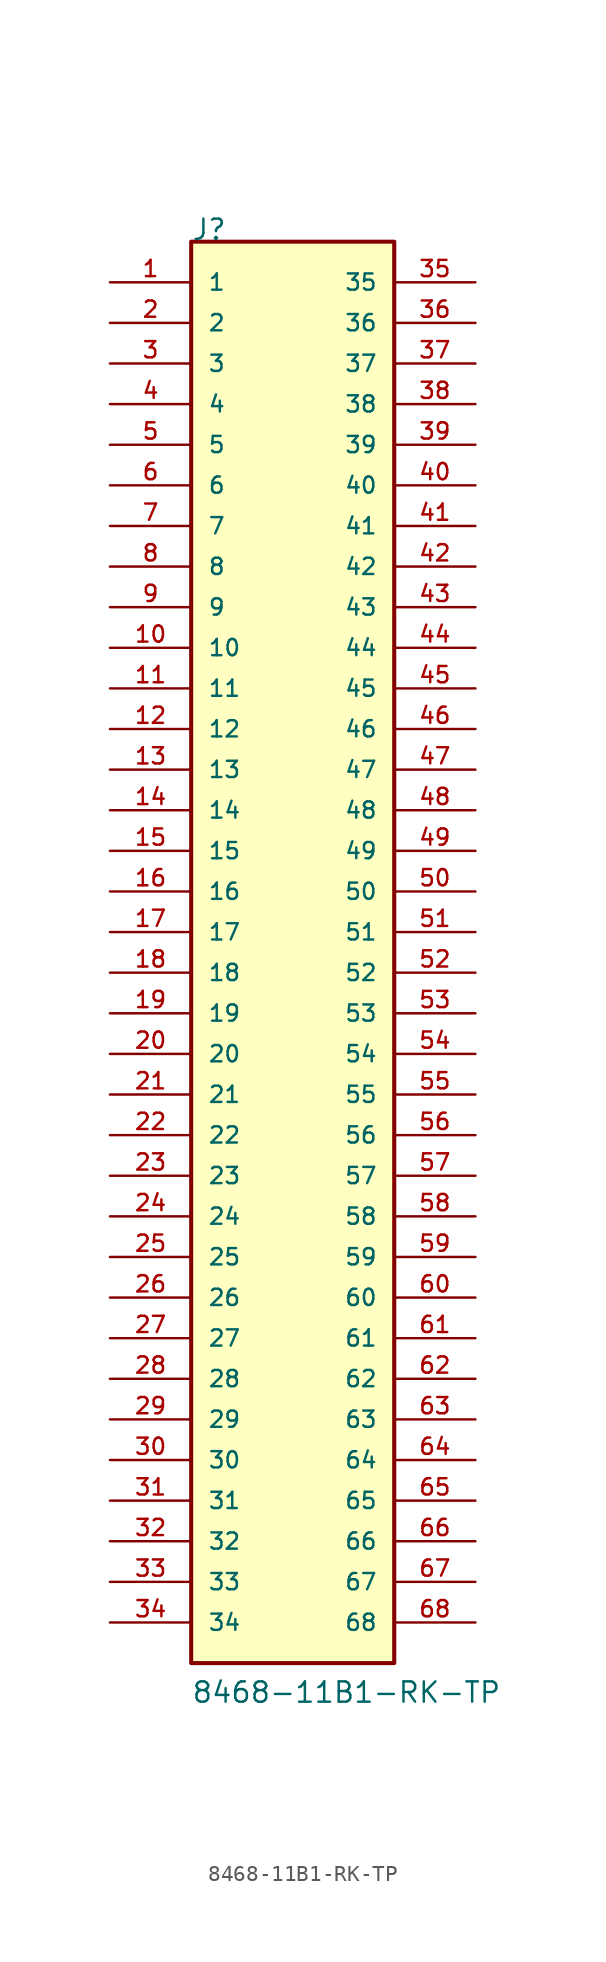
<source format=kicad_sym>
(kicad_symbol_lib
  (version 20211014)
  (generator kicad_symbol_editor)
  (symbol "8468-11B1-RK-TP"
    (pin_names
      (offset 1.016))
    (property "Reference" "J"
      (at -5.081 43.189 0)
      (effects (font (size 1.27 1.27)) (justify bottom left)))
    (property "Value" "8468-11B1-RK-TP"
      (at -5.084 -48.297 0)
      (effects (font (size 1.27 1.27)) (justify bottom left)))
    (symbol "8468-11B1-RK-TP_0_0"
      (rectangle (start -5.08 -45.72) (end 7.62 43.18) (stroke (width 0.254)) (fill (type background)))
      (pin passive line (at -10.16 40.64 0) (length 5.08) (name "1" (effects (font (size 1.016 1.016)))) (number "1" (effects (font (size 1.016 1.016)))))
      (pin passive line (at -10.16 38.1 0) (length 5.08) (name "2" (effects (font (size 1.016 1.016)))) (number "2" (effects (font (size 1.016 1.016)))))
      (pin passive line (at -10.16 35.56 0) (length 5.08) (name "3" (effects (font (size 1.016 1.016)))) (number "3" (effects (font (size 1.016 1.016)))))
      (pin passive line (at -10.16 33.02 0) (length 5.08) (name "4" (effects (font (size 1.016 1.016)))) (number "4" (effects (font (size 1.016 1.016)))))
      (pin passive line (at -10.16 30.48 0) (length 5.08) (name "5" (effects (font (size 1.016 1.016)))) (number "5" (effects (font (size 1.016 1.016)))))
      (pin passive line (at -10.16 27.94 0) (length 5.08) (name "6" (effects (font (size 1.016 1.016)))) (number "6" (effects (font (size 1.016 1.016)))))
      (pin passive line (at -10.16 25.4 0) (length 5.08) (name "7" (effects (font (size 1.016 1.016)))) (number "7" (effects (font (size 1.016 1.016)))))
      (pin passive line (at -10.16 22.86 0) (length 5.08) (name "8" (effects (font (size 1.016 1.016)))) (number "8" (effects (font (size 1.016 1.016)))))
      (pin passive line (at -10.16 20.32 0) (length 5.08) (name "9" (effects (font (size 1.016 1.016)))) (number "9" (effects (font (size 1.016 1.016)))))
      (pin passive line (at -10.16 17.78 0) (length 5.08) (name "10" (effects (font (size 1.016 1.016)))) (number "10" (effects (font (size 1.016 1.016)))))
      (pin passive line (at -10.16 15.24 0) (length 5.08) (name "11" (effects (font (size 1.016 1.016)))) (number "11" (effects (font (size 1.016 1.016)))))
      (pin passive line (at -10.16 12.7 0) (length 5.08) (name "12" (effects (font (size 1.016 1.016)))) (number "12" (effects (font (size 1.016 1.016)))))
      (pin passive line (at -10.16 10.16 0) (length 5.08) (name "13" (effects (font (size 1.016 1.016)))) (number "13" (effects (font (size 1.016 1.016)))))
      (pin passive line (at -10.16 7.62 0) (length 5.08) (name "14" (effects (font (size 1.016 1.016)))) (number "14" (effects (font (size 1.016 1.016)))))
      (pin passive line (at -10.16 5.08 0) (length 5.08) (name "15" (effects (font (size 1.016 1.016)))) (number "15" (effects (font (size 1.016 1.016)))))
      (pin passive line (at -10.16 2.54 0) (length 5.08) (name "16" (effects (font (size 1.016 1.016)))) (number "16" (effects (font (size 1.016 1.016)))))
      (pin passive line (at -10.16 0.0 0) (length 5.08) (name "17" (effects (font (size 1.016 1.016)))) (number "17" (effects (font (size 1.016 1.016)))))
      (pin passive line (at -10.16 -2.54 0) (length 5.08) (name "18" (effects (font (size 1.016 1.016)))) (number "18" (effects (font (size 1.016 1.016)))))
      (pin passive line (at -10.16 -5.08 0) (length 5.08) (name "19" (effects (font (size 1.016 1.016)))) (number "19" (effects (font (size 1.016 1.016)))))
      (pin passive line (at -10.16 -7.62 0) (length 5.08) (name "20" (effects (font (size 1.016 1.016)))) (number "20" (effects (font (size 1.016 1.016)))))
      (pin passive line (at -10.16 -10.16 0) (length 5.08) (name "21" (effects (font (size 1.016 1.016)))) (number "21" (effects (font (size 1.016 1.016)))))
      (pin passive line (at -10.16 -12.7 0) (length 5.08) (name "22" (effects (font (size 1.016 1.016)))) (number "22" (effects (font (size 1.016 1.016)))))
      (pin passive line (at -10.16 -15.24 0) (length 5.08) (name "23" (effects (font (size 1.016 1.016)))) (number "23" (effects (font (size 1.016 1.016)))))
      (pin passive line (at -10.16 -17.78 0) (length 5.08) (name "24" (effects (font (size 1.016 1.016)))) (number "24" (effects (font (size 1.016 1.016)))))
      (pin passive line (at -10.16 -20.32 0) (length 5.08) (name "25" (effects (font (size 1.016 1.016)))) (number "25" (effects (font (size 1.016 1.016)))))
      (pin passive line (at -10.16 -22.86 0) (length 5.08) (name "26" (effects (font (size 1.016 1.016)))) (number "26" (effects (font (size 1.016 1.016)))))
      (pin passive line (at -10.16 -25.4 0) (length 5.08) (name "27" (effects (font (size 1.016 1.016)))) (number "27" (effects (font (size 1.016 1.016)))))
      (pin passive line (at -10.16 -27.94 0) (length 5.08) (name "28" (effects (font (size 1.016 1.016)))) (number "28" (effects (font (size 1.016 1.016)))))
      (pin passive line (at -10.16 -30.48 0) (length 5.08) (name "29" (effects (font (size 1.016 1.016)))) (number "29" (effects (font (size 1.016 1.016)))))
      (pin passive line (at -10.16 -33.02 0) (length 5.08) (name "30" (effects (font (size 1.016 1.016)))) (number "30" (effects (font (size 1.016 1.016)))))
      (pin passive line (at -10.16 -35.56 0) (length 5.08) (name "31" (effects (font (size 1.016 1.016)))) (number "31" (effects (font (size 1.016 1.016)))))
      (pin passive line (at -10.16 -38.1 0) (length 5.08) (name "32" (effects (font (size 1.016 1.016)))) (number "32" (effects (font (size 1.016 1.016)))))
      (pin passive line (at -10.16 -40.64 0) (length 5.08) (name "33" (effects (font (size 1.016 1.016)))) (number "33" (effects (font (size 1.016 1.016)))))
      (pin passive line (at -10.16 -43.18 0) (length 5.08) (name "34" (effects (font (size 1.016 1.016)))) (number "34" (effects (font (size 1.016 1.016)))))
      (pin passive line (at 12.7 40.64 180.0) (length 5.08) (name "35" (effects (font (size 1.016 1.016)))) (number "35" (effects (font (size 1.016 1.016)))))
      (pin passive line (at 12.7 38.1 180.0) (length 5.08) (name "36" (effects (font (size 1.016 1.016)))) (number "36" (effects (font (size 1.016 1.016)))))
      (pin passive line (at 12.7 35.56 180.0) (length 5.08) (name "37" (effects (font (size 1.016 1.016)))) (number "37" (effects (font (size 1.016 1.016)))))
      (pin passive line (at 12.7 33.02 180.0) (length 5.08) (name "38" (effects (font (size 1.016 1.016)))) (number "38" (effects (font (size 1.016 1.016)))))
      (pin passive line (at 12.7 30.48 180.0) (length 5.08) (name "39" (effects (font (size 1.016 1.016)))) (number "39" (effects (font (size 1.016 1.016)))))
      (pin passive line (at 12.7 27.94 180.0) (length 5.08) (name "40" (effects (font (size 1.016 1.016)))) (number "40" (effects (font (size 1.016 1.016)))))
      (pin passive line (at 12.7 25.4 180.0) (length 5.08) (name "41" (effects (font (size 1.016 1.016)))) (number "41" (effects (font (size 1.016 1.016)))))
      (pin passive line (at 12.7 22.86 180.0) (length 5.08) (name "42" (effects (font (size 1.016 1.016)))) (number "42" (effects (font (size 1.016 1.016)))))
      (pin passive line (at 12.7 20.32 180.0) (length 5.08) (name "43" (effects (font (size 1.016 1.016)))) (number "43" (effects (font (size 1.016 1.016)))))
      (pin passive line (at 12.7 17.78 180.0) (length 5.08) (name "44" (effects (font (size 1.016 1.016)))) (number "44" (effects (font (size 1.016 1.016)))))
      (pin passive line (at 12.7 15.24 180.0) (length 5.08) (name "45" (effects (font (size 1.016 1.016)))) (number "45" (effects (font (size 1.016 1.016)))))
      (pin passive line (at 12.7 12.7 180.0) (length 5.08) (name "46" (effects (font (size 1.016 1.016)))) (number "46" (effects (font (size 1.016 1.016)))))
      (pin passive line (at 12.7 10.16 180.0) (length 5.08) (name "47" (effects (font (size 1.016 1.016)))) (number "47" (effects (font (size 1.016 1.016)))))
      (pin passive line (at 12.7 7.62 180.0) (length 5.08) (name "48" (effects (font (size 1.016 1.016)))) (number "48" (effects (font (size 1.016 1.016)))))
      (pin passive line (at 12.7 5.08 180.0) (length 5.08) (name "49" (effects (font (size 1.016 1.016)))) (number "49" (effects (font (size 1.016 1.016)))))
      (pin passive line (at 12.7 2.54 180.0) (length 5.08) (name "50" (effects (font (size 1.016 1.016)))) (number "50" (effects (font (size 1.016 1.016)))))
      (pin passive line (at 12.7 0.0 180.0) (length 5.08) (name "51" (effects (font (size 1.016 1.016)))) (number "51" (effects (font (size 1.016 1.016)))))
      (pin passive line (at 12.7 -2.54 180.0) (length 5.08) (name "52" (effects (font (size 1.016 1.016)))) (number "52" (effects (font (size 1.016 1.016)))))
      (pin passive line (at 12.7 -5.08 180.0) (length 5.08) (name "53" (effects (font (size 1.016 1.016)))) (number "53" (effects (font (size 1.016 1.016)))))
      (pin passive line (at 12.7 -7.62 180.0) (length 5.08) (name "54" (effects (font (size 1.016 1.016)))) (number "54" (effects (font (size 1.016 1.016)))))
      (pin passive line (at 12.7 -10.16 180.0) (length 5.08) (name "55" (effects (font (size 1.016 1.016)))) (number "55" (effects (font (size 1.016 1.016)))))
      (pin passive line (at 12.7 -12.7 180.0) (length 5.08) (name "56" (effects (font (size 1.016 1.016)))) (number "56" (effects (font (size 1.016 1.016)))))
      (pin passive line (at 12.7 -15.24 180.0) (length 5.08) (name "57" (effects (font (size 1.016 1.016)))) (number "57" (effects (font (size 1.016 1.016)))))
      (pin passive line (at 12.7 -17.78 180.0) (length 5.08) (name "58" (effects (font (size 1.016 1.016)))) (number "58" (effects (font (size 1.016 1.016)))))
      (pin passive line (at 12.7 -20.32 180.0) (length 5.08) (name "59" (effects (font (size 1.016 1.016)))) (number "59" (effects (font (size 1.016 1.016)))))
      (pin passive line (at 12.7 -22.86 180.0) (length 5.08) (name "60" (effects (font (size 1.016 1.016)))) (number "60" (effects (font (size 1.016 1.016)))))
      (pin passive line (at 12.7 -25.4 180.0) (length 5.08) (name "61" (effects (font (size 1.016 1.016)))) (number "61" (effects (font (size 1.016 1.016)))))
      (pin passive line (at 12.7 -27.94 180.0) (length 5.08) (name "62" (effects (font (size 1.016 1.016)))) (number "62" (effects (font (size 1.016 1.016)))))
      (pin passive line (at 12.7 -30.48 180.0) (length 5.08) (name "63" (effects (font (size 1.016 1.016)))) (number "63" (effects (font (size 1.016 1.016)))))
      (pin passive line (at 12.7 -33.02 180.0) (length 5.08) (name "64" (effects (font (size 1.016 1.016)))) (number "64" (effects (font (size 1.016 1.016)))))
      (pin passive line (at 12.7 -35.56 180.0) (length 5.08) (name "65" (effects (font (size 1.016 1.016)))) (number "65" (effects (font (size 1.016 1.016)))))
      (pin passive line (at 12.7 -38.1 180.0) (length 5.08) (name "66" (effects (font (size 1.016 1.016)))) (number "66" (effects (font (size 1.016 1.016)))))
      (pin passive line (at 12.7 -40.64 180.0) (length 5.08) (name "67" (effects (font (size 1.016 1.016)))) (number "67" (effects (font (size 1.016 1.016)))))
      (pin passive line (at 12.7 -43.18 180.0) (length 5.08) (name "68" (effects (font (size 1.016 1.016)))) (number "68" (effects (font (size 1.016 1.016))))))))
</source>
